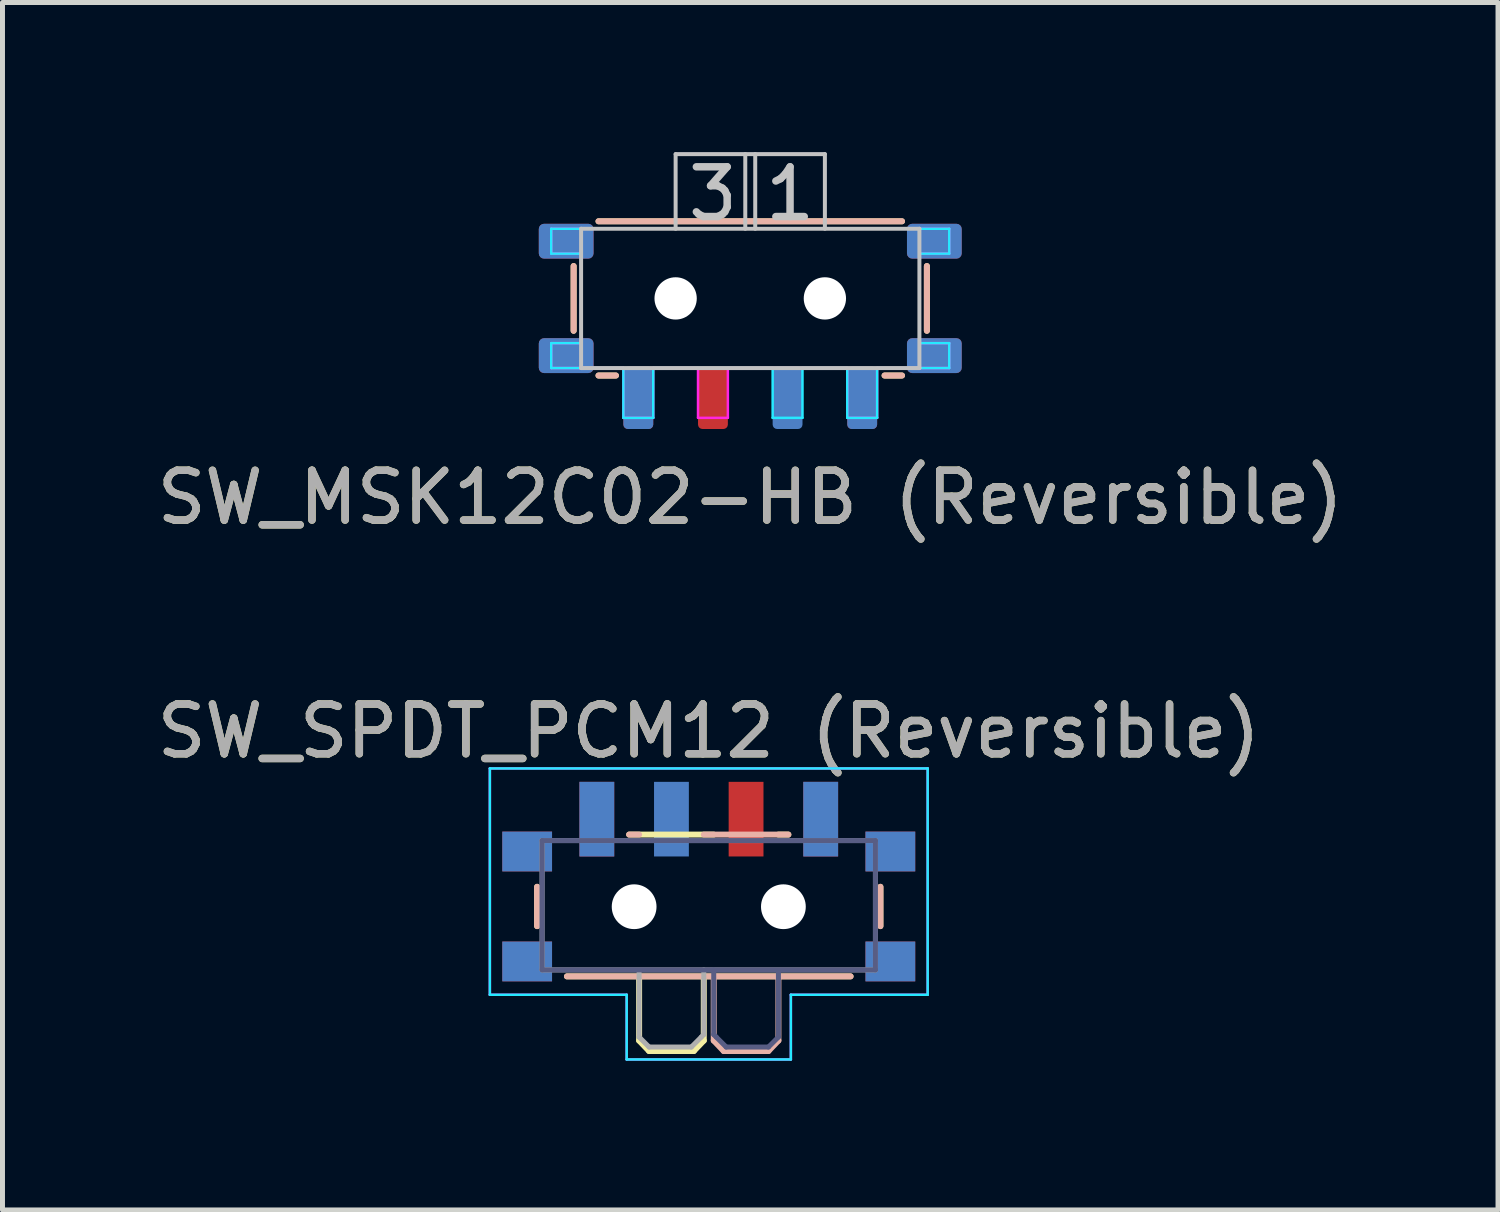
<source format=kicad_pcb>
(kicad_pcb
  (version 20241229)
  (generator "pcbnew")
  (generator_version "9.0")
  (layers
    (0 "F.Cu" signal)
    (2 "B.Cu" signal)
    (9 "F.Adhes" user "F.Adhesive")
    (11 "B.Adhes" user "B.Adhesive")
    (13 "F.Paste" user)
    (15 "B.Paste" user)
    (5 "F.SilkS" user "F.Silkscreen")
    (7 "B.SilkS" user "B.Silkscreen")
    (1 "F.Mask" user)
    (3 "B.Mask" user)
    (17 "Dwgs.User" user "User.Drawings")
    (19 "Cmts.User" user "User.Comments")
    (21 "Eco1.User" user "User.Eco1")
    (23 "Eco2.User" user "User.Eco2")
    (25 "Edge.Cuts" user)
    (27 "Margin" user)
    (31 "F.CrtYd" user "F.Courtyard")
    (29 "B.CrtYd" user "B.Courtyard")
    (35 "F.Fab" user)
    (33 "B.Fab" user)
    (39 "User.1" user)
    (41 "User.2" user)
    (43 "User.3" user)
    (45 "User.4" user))
  (footprint "SW_MSK12C02-HB (Reversible)"
    (layer "F.Cu")
    (at 12.03 2.948)
    (property "Reference" "SW_MSK12C02-HB (Reversible)" (at 0 4 0) (unlocked yes) (layer "F.SilkS") (effects (font (size 1 1) (thickness 0.15))))
    (attr smd)
    (fp_line (start -3.55 -0.65) (end -3.55 0.65) (stroke (width 0.12) (type solid)) (layer "F.SilkS"))
    (fp_line (start -3.05 -1.55) (end 3.05 -1.55) (stroke (width 0.12) (type solid)) (layer "F.SilkS"))
    (fp_line (start -2.7 1.55) (end -3.05 1.55) (stroke (width 0.12) (type solid)) (layer "F.SilkS"))
    (fp_line (start 3.05 1.55) (end 2.7 1.55) (stroke (width 0.12) (type solid)) (layer "F.SilkS"))
    (fp_line (start 3.55 0.65) (end 3.55 -0.65) (stroke (width 0.12) (type solid)) (layer "F.SilkS"))
    (fp_line (start -3.55 0.65) (end -3.55 -0.65) (stroke (width 0.12) (type solid)) (layer "B.SilkS"))
    (fp_line (start -3.05 1.55) (end -2.7 1.55) (stroke (width 0.12) (type solid)) (layer "B.SilkS"))
    (fp_line (start 2.7 1.55) (end 3.05 1.55) (stroke (width 0.12) (type solid)) (layer "B.SilkS"))
    (fp_line (start 3.05 -1.55) (end -3.05 -1.55) (stroke (width 0.12) (type solid)) (layer "B.SilkS"))
    (fp_line (start 3.55 -0.65) (end 3.55 0.65) (stroke (width 0.12) (type solid)) (layer "B.SilkS"))
    (fp_line (start -3.4 -1.4) (end -3.4 1.4) (stroke (width 0.08) (type solid)) (layer "Dwgs.User"))
    (fp_line (start -3.4 1.4) (end 3.4 1.4) (stroke (width 0.08) (type solid)) (layer "Dwgs.User"))
    (fp_line (start -1.5 -2.9) (end -1.5 -1.4) (stroke (width 0.08) (type solid)) (layer "Dwgs.User"))
    (fp_line (start -1.5 -2.9) (end 1.5 -2.9) (stroke (width 0.08) (type solid)) (layer "Dwgs.User"))
    (fp_line (start -0.1 -1.4) (end -0.1 -2.9) (stroke (width 0.08) (type solid)) (layer "Dwgs.User"))
    (fp_line (start 0.1 -1.4) (end 0.1 -2.9) (stroke (width 0.08) (type solid)) (layer "Dwgs.User"))
    (fp_line (start 1.5 -2.9) (end 1.5 -1.4) (stroke (width 0.08) (type solid)) (layer "Dwgs.User"))
    (fp_line (start 3.4 -1.4) (end -3.4 -1.4) (stroke (width 0.08) (type solid)) (layer "Dwgs.User"))
    (fp_line (start 3.4 1.4) (end 3.4 -1.4) (stroke (width 0.08) (type solid)) (layer "Dwgs.User"))
    (fp_line (start -4 -0.9) (end -4 -1.4) (stroke (width 0.05) (type solid)) (layer "B.CrtYd"))
    (fp_line (start -4 0.9) (end -3.4 0.9) (stroke (width 0.05) (type solid)) (layer "B.CrtYd"))
    (fp_line (start -4 1.4) (end -4 0.9) (stroke (width 0.05) (type solid)) (layer "B.CrtYd"))
    (fp_line (start -3.4 -0.9) (end -4 -0.9) (stroke (width 0.05) (type solid)) (layer "B.CrtYd"))
    (fp_line (start -3.4 0.9) (end -3.4 -0.9) (stroke (width 0.05) (type solid)) (layer "B.CrtYd"))
    (fp_line (start -2.55 1.4) (end -4 1.4) (stroke (width 0.05) (type solid)) (layer "B.CrtYd"))
    (fp_line (start -2.55 2.4) (end -2.55 1.4) (stroke (width 0.05) (type solid)) (layer "B.CrtYd"))
    (fp_line (start -1.95 2.4) (end -2.55 2.4) (stroke (width 0.05) (type solid)) (layer "B.CrtYd"))
    (fp_line (start -1.95 2.4) (end -1.95 1.4) (stroke (width 0.05) (type solid)) (layer "B.CrtYd"))
    (fp_line (start -1.5 -2.9) (end -1.5 -1.4) (stroke (width 0.05) (type solid)) (layer "B.CrtYd"))
    (fp_line (start -1.5 -1.4) (end -4 -1.4) (stroke (width 0.05) (type solid)) (layer "B.CrtYd"))
    (fp_line (start 0.45 1.4) (end -1.95 1.4) (stroke (width 0.05) (type solid)) (layer "B.CrtYd"))
    (fp_line (start 0.45 2.4) (end 0.45 1.4) (stroke (width 0.05) (type solid)) (layer "B.CrtYd"))
    (fp_line (start 1.05 2.4) (end 0.45 2.4) (stroke (width 0.05) (type solid)) (layer "B.CrtYd"))
    (fp_line (start 1.05 2.4) (end 1.05 1.4) (stroke (width 0.05) (type solid)) (layer "B.CrtYd"))
    (fp_line (start 1.5 -2.9) (end -1.5 -2.9) (stroke (width 0.05) (type solid)) (layer "B.CrtYd"))
    (fp_line (start 1.5 -1.4) (end 1.5 -2.9) (stroke (width 0.05) (type solid)) (layer "B.CrtYd"))
    (fp_line (start 1.95 1.4) (end 1.05 1.4) (stroke (width 0.05) (type solid)) (layer "B.CrtYd"))
    (fp_line (start 1.95 2.4) (end 1.95 1.4) (stroke (width 0.05) (type solid)) (layer "B.CrtYd"))
    (fp_line (start 2.55 1.4) (end 4 1.4) (stroke (width 0.05) (type solid)) (layer "B.CrtYd"))
    (fp_line (start 2.55 2.4) (end 1.95 2.4) (stroke (width 0.05) (type solid)) (layer "B.CrtYd"))
    (fp_line (start 2.55 2.4) (end 2.55 1.4) (stroke (width 0.05) (type solid)) (layer "B.CrtYd"))
    (fp_line (start 3.4 0.9) (end 3.4 -0.9) (stroke (width 0.05) (type solid)) (layer "B.CrtYd"))
    (fp_line (start 3.4 0.9) (end 4 0.9) (stroke (width 0.05) (type solid)) (layer "B.CrtYd"))
    (fp_line (start 4 -1.4) (end 1.5 -1.4) (stroke (width 0.05) (type solid)) (layer "B.CrtYd"))
    (fp_line (start 4 -1.4) (end 4 -0.9) (stroke (width 0.05) (type solid)) (layer "B.CrtYd"))
    (fp_line (start 4 -0.9) (end 3.4 -0.9) (stroke (width 0.05) (type solid)) (layer "B.CrtYd"))
    (fp_line (start 4 0.9) (end 4 1.4) (stroke (width 0.05) (type solid)) (layer "B.CrtYd"))
    (fp_line (start -4 -1.4) (end -4 -0.9) (stroke (width 0.05) (type solid)) (layer "F.CrtYd"))
    (fp_line (start -4 -1.4) (end -1.5 -1.4) (stroke (width 0.05) (type solid)) (layer "F.CrtYd"))
    (fp_line (start -4 -0.9) (end -3.4 -0.9) (stroke (width 0.05) (type solid)) (layer "F.CrtYd"))
    (fp_line (start -4 0.9) (end -4 1.4) (stroke (width 0.05) (type solid)) (layer "F.CrtYd"))
    (fp_line (start -3.4 0.9) (end -4 0.9) (stroke (width 0.05) (type solid)) (layer "F.CrtYd"))
    (fp_line (start -3.4 0.9) (end -3.4 -0.9) (stroke (width 0.05) (type solid)) (layer "F.CrtYd"))
    (fp_line (start -2.55 1.4) (end -4 1.4) (stroke (width 0.05) (type solid)) (layer "F.CrtYd"))
    (fp_line (start -2.55 2.4) (end -2.55 1.4) (stroke (width 0.05) (type solid)) (layer "F.CrtYd"))
    (fp_line (start -2.55 2.4) (end -1.95 2.4) (stroke (width 0.05) (type solid)) (layer "F.CrtYd"))
    (fp_line (start -1.95 1.4) (end -1.05 1.4) (stroke (width 0.05) (type solid)) (layer "F.CrtYd"))
    (fp_line (start -1.95 2.4) (end -1.95 1.4) (stroke (width 0.05) (type solid)) (layer "F.CrtYd"))
    (fp_line (start -1.5 -1.4) (end -1.5 -2.9) (stroke (width 0.05) (type solid)) (layer "F.CrtYd"))
    (fp_line (start -1.05 2.4) (end -1.05 1.4) (stroke (width 0.05) (type solid)) (layer "F.CrtYd"))
    (fp_line (start -1.05 2.4) (end -0.45 2.4) (stroke (width 0.05) (type solid)) (layer "F.CrtYd"))
    (fp_line (start -0.45 1.4) (end 1.95 1.4) (stroke (width 0.05) (type solid)) (layer "F.CrtYd"))
    (fp_line (start -0.45 2.4) (end -0.45 1.4) (stroke (width 0.05) (type solid)) (layer "F.CrtYd"))
    (fp_line (start 1.5 -2.9) (end -1.5 -2.9) (stroke (width 0.05) (type solid)) (layer "F.CrtYd"))
    (fp_line (start 1.5 -2.9) (end 1.5 -1.4) (stroke (width 0.05) (type solid)) (layer "F.CrtYd"))
    (fp_line (start 1.5 -1.4) (end 4 -1.4) (stroke (width 0.05) (type solid)) (layer "F.CrtYd"))
    (fp_line (start 1.95 2.4) (end 1.95 1.4) (stroke (width 0.05) (type solid)) (layer "F.CrtYd"))
    (fp_line (start 1.95 2.4) (end 2.55 2.4) (stroke (width 0.05) (type solid)) (layer "F.CrtYd"))
    (fp_line (start 2.55 1.4) (end 4 1.4) (stroke (width 0.05) (type solid)) (layer "F.CrtYd"))
    (fp_line (start 2.55 2.4) (end 2.55 1.4) (stroke (width 0.05) (type solid)) (layer "F.CrtYd"))
    (fp_line (start 3.4 -0.9) (end 4 -0.9) (stroke (width 0.05) (type solid)) (layer "F.CrtYd"))
    (fp_line (start 3.4 0.9) (end 3.4 -0.9) (stroke (width 0.05) (type solid)) (layer "F.CrtYd"))
    (fp_line (start 4 -0.9) (end 4 -1.4) (stroke (width 0.05) (type solid)) (layer "F.CrtYd"))
    (fp_line (start 4 0.9) (end 3.4 0.9) (stroke (width 0.05) (type solid)) (layer "F.CrtYd"))
    (fp_line (start 4 1.4) (end 4 0.9) (stroke (width 0.05) (type solid)) (layer "F.CrtYd"))
    (fp_text user "1" (at 0.8 -2.1 0) (unlocked yes) (layer "Dwgs.User") (effects (font (size 1 1) (thickness 0.15))))
    (fp_text user "3" (at -0.75 -2.1 0) (unlocked yes) (layer "Dwgs.User") (effects (font (size 1 1) (thickness 0.15))))
    (fp_text user "${REFERENCE}" (at 0 4 0) (unlocked yes) (layer "F.Fab") (effects (font (size 1 1) (thickness 0.15))))
    (pad "" np_thru_hole circle (at -1.5 0 180) (size 0.85 0.85) (drill 0.85) (layers "*.Cu" "*.Mask"))
    (pad "" np_thru_hole circle (at 1.5 0 180) (size 0.85 0.85) (drill 0.85) (layers "*.Cu" "*.Mask"))
    (pad "1" smd roundrect (at -2.25 2 180) (size 0.6 1.25) (layers "B.Cu" "B.Mask" "B.Paste") (roundrect_rratio 0.15))
    (pad "1" smd roundrect (at 2.25 2 180) (size 0.6 1.25) (layers "F.Cu" "F.Mask" "F.Paste") (roundrect_rratio 0.15))
    (pad "2" smd roundrect (at -0.75 2 180) (size 0.6 1.25) (layers "F.Cu" "F.Mask" "F.Paste") (roundrect_rratio 0.15))
    (pad "2" smd roundrect (at 0.75 2 180) (size 0.6 1.25) (layers "B.Cu" "B.Mask" "B.Paste") (roundrect_rratio 0.15))
    (pad "3" smd roundrect (at -2.25 2 180) (size 0.6 1.25) (layers "F.Cu" "F.Mask" "F.Paste") (roundrect_rratio 0.15))
    (pad "3" smd roundrect (at 2.25 2 180) (size 0.6 1.25) (layers "B.Cu" "B.Mask" "B.Paste") (roundrect_rratio 0.15))
    (pad "MP" smd roundrect (at -3.7 -1.15 270) (size 0.7 1.1) (layers "F.Cu" "F.Mask" "F.Paste") (roundrect_rratio 0.15))
    (pad "MP" smd roundrect (at -3.7 -1.15 90) (size 0.7 1.1) (layers "B.Cu" "B.Mask" "B.Paste") (roundrect_rratio 0.15))
    (pad "MP" smd roundrect (at -3.7 1.15 270) (size 0.7 1.1) (layers "F.Cu" "F.Mask" "F.Paste") (roundrect_rratio 0.15))
    (pad "MP" smd roundrect (at -3.7 1.15 90) (size 0.7 1.1) (layers "B.Cu" "B.Mask" "B.Paste") (roundrect_rratio 0.15))
    (pad "MP" smd roundrect (at 3.7 -1.15 270) (size 0.7 1.1) (layers "F.Cu" "F.Mask" "F.Paste") (roundrect_rratio 0.15))
    (pad "MP" smd roundrect (at 3.7 -1.15 90) (size 0.7 1.1) (layers "B.Cu" "B.Mask" "B.Paste") (roundrect_rratio 0.15))
    (pad "MP" smd roundrect (at 3.7 1.15 270) (size 0.7 1.1) (layers "F.Cu" "F.Mask" "F.Paste") (roundrect_rratio 0.15))
    (pad "MP" smd roundrect (at 3.7 1.15 90) (size 0.7 1.1) (layers "B.Cu" "B.Mask" "B.Paste") (roundrect_rratio 0.15)))
  (footprint "SW_SPDT_PCM12 (Reversible)"
    (layer "F.Cu")
    (at 11.196 14.845)
    (property "Reference" "SW_SPDT_PCM12 (Reversible)" (at 0 -3.2 0) (layer "F.SilkS") (effects (font (size 1 1) (thickness 0.15))))
    (attr smd)
    (fp_line (start -3.45 -0.07) (end -3.45 0.72) (stroke (width 0.12) (type solid)) (layer "F.SilkS"))
    (fp_line (start -2.85 1.73) (end 2.85 1.73) (stroke (width 0.12) (type solid)) (layer "F.SilkS"))
    (fp_line (start -1.6 -1.12) (end 0.1 -1.12) (stroke (width 0.12) (type solid)) (layer "F.SilkS"))
    (fp_line (start -1.4 1.73) (end -1.4 3.02) (stroke (width 0.12) (type solid)) (layer "F.SilkS"))
    (fp_line (start -1.4 3.02) (end -1.2 3.23) (stroke (width 0.12) (type solid)) (layer "F.SilkS"))
    (fp_line (start -1.2 3.23) (end -0.3 3.23) (stroke (width 0.12) (type solid)) (layer "F.SilkS"))
    (fp_line (start -0.1 3.02) (end -0.3 3.23) (stroke (width 0.12) (type solid)) (layer "F.SilkS"))
    (fp_line (start -0.1 3.02) (end -0.1 1.73) (stroke (width 0.12) (type solid)) (layer "F.SilkS"))
    (fp_line (start 1.4 -1.12) (end 1.6 -1.12) (stroke (width 0.12) (type solid)) (layer "F.SilkS"))
    (fp_line (start 3.45 0.72) (end 3.45 -0.07) (stroke (width 0.12) (type solid)) (layer "F.SilkS"))
    (fp_line (start -3.45 0.72) (end -3.45 -0.07) (stroke (width 0.12) (type solid)) (layer "B.SilkS"))
    (fp_line (start -1.4 -1.12) (end -1.6 -1.12) (stroke (width 0.12) (type solid)) (layer "B.SilkS"))
    (fp_line (start 0.1 3.02) (end 0.1 1.73) (stroke (width 0.12) (type solid)) (layer "B.SilkS"))
    (fp_line (start 0.1 3.02) (end 0.3 3.23) (stroke (width 0.12) (type solid)) (layer "B.SilkS"))
    (fp_line (start 1.2 3.23) (end 0.3 3.23) (stroke (width 0.12) (type solid)) (layer "B.SilkS"))
    (fp_line (start 1.4 1.73) (end 1.4 3.02) (stroke (width 0.12) (type solid)) (layer "B.SilkS"))
    (fp_line (start 1.4 3.02) (end 1.2 3.23) (stroke (width 0.12) (type solid)) (layer "B.SilkS"))
    (fp_line (start 1.6 -1.12) (end -0.1 -1.12) (stroke (width 0.12) (type solid)) (layer "B.SilkS"))
    (fp_line (start 2.85 1.73) (end -2.85 1.73) (stroke (width 0.12) (type solid)) (layer "B.SilkS"))
    (fp_line (start 3.45 -0.07) (end 3.45 0.72) (stroke (width 0.12) (type solid)) (layer "B.SilkS"))
    (fp_line (start -4.4 -2.45) (end -4.4 2.1) (stroke (width 0.05) (type solid)) (layer "B.CrtYd"))
    (fp_line (start -4.4 2.1) (end -1.65 2.1) (stroke (width 0.05) (type solid)) (layer "B.CrtYd"))
    (fp_line (start -1.65 2.1) (end -1.65 3.4) (stroke (width 0.05) (type solid)) (layer "B.CrtYd"))
    (fp_line (start -1.65 3.4) (end 1.65 3.4) (stroke (width 0.05) (type solid)) (layer "B.CrtYd"))
    (fp_line (start 1.65 2.1) (end 4.4 2.1) (stroke (width 0.05) (type solid)) (layer "B.CrtYd"))
    (fp_line (start 1.65 3.4) (end 1.65 2.1) (stroke (width 0.05) (type solid)) (layer "B.CrtYd"))
    (fp_line (start 4.4 -2.45) (end -4.4 -2.45) (stroke (width 0.05) (type solid)) (layer "B.CrtYd"))
    (fp_line (start 4.4 2.1) (end 4.4 -2.45) (stroke (width 0.05) (type solid)) (layer "B.CrtYd"))
    (fp_line (start -4.4 -2.45) (end 4.4 -2.45) (stroke (width 0.05) (type solid)) (layer "F.CrtYd"))
    (fp_line (start -4.4 2.1) (end -4.4 -2.45) (stroke (width 0.05) (type solid)) (layer "F.CrtYd"))
    (fp_line (start -1.65 2.1) (end -4.4 2.1) (stroke (width 0.05) (type solid)) (layer "F.CrtYd"))
    (fp_line (start -1.65 3.4) (end -1.65 2.1) (stroke (width 0.05) (type solid)) (layer "F.CrtYd"))
    (fp_line (start 1.65 2.1) (end 1.65 3.4) (stroke (width 0.05) (type solid)) (layer "F.CrtYd"))
    (fp_line (start 1.65 3.4) (end -1.65 3.4) (stroke (width 0.05) (type solid)) (layer "F.CrtYd"))
    (fp_line (start 4.4 -2.45) (end 4.4 2.1) (stroke (width 0.05) (type solid)) (layer "F.CrtYd"))
    (fp_line (start 4.4 2.1) (end 1.65 2.1) (stroke (width 0.05) (type solid)) (layer "F.CrtYd"))
    (fp_line (start -3.35 -1) (end 3.35 -1) (stroke (width 0.1) (type solid)) (layer "B.Fab"))
    (fp_line (start -3.35 1.6) (end -3.35 -1) (stroke (width 0.1) (type solid)) (layer "B.Fab"))
    (fp_line (start 0.1 2.9) (end 0.1 1.6) (stroke (width 0.1) (type solid)) (layer "B.Fab"))
    (fp_line (start 0.15 2.95) (end 0.1 2.9) (stroke (width 0.1) (type solid)) (layer "B.Fab"))
    (fp_line (start 0.35 3.15) (end 0.15 2.95) (stroke (width 0.1) (type solid)) (layer "B.Fab"))
    (fp_line (start 1.2 3.15) (end 0.35 3.15) (stroke (width 0.1) (type solid)) (layer "B.Fab"))
    (fp_line (start 1.4 1.65) (end 1.4 2.95) (stroke (width 0.1) (type solid)) (layer "B.Fab"))
    (fp_line (start 1.4 2.95) (end 1.2 3.15) (stroke (width 0.1) (type solid)) (layer "B.Fab"))
    (fp_line (start 3.35 -1) (end 3.35 1.6) (stroke (width 0.1) (type solid)) (layer "B.Fab"))
    (fp_line (start 3.35 1.6) (end -3.35 1.6) (stroke (width 0.1) (type solid)) (layer "B.Fab"))
    (fp_line (start -3.35 -1) (end -3.35 1.6) (stroke (width 0.1) (type solid)) (layer "F.Fab"))
    (fp_line (start -3.35 1.6) (end 3.35 1.6) (stroke (width 0.1) (type solid)) (layer "F.Fab"))
    (fp_line (start -1.4 1.65) (end -1.4 2.95) (stroke (width 0.1) (type solid)) (layer "F.Fab"))
    (fp_line (start -1.4 2.95) (end -1.2 3.15) (stroke (width 0.1) (type solid)) (layer "F.Fab"))
    (fp_line (start -1.2 3.15) (end -0.35 3.15) (stroke (width 0.1) (type solid)) (layer "F.Fab"))
    (fp_line (start -0.35 3.15) (end -0.15 2.95) (stroke (width 0.1) (type solid)) (layer "F.Fab"))
    (fp_line (start -0.15 2.95) (end -0.1 2.9) (stroke (width 0.1) (type solid)) (layer "F.Fab"))
    (fp_line (start -0.1 2.9) (end -0.1 1.6) (stroke (width 0.1) (type solid)) (layer "F.Fab"))
    (fp_line (start 3.35 -1) (end -3.35 -1) (stroke (width 0.1) (type solid)) (layer "F.Fab"))
    (fp_line (start 3.35 1.6) (end 3.35 -1) (stroke (width 0.1) (type solid)) (layer "F.Fab"))
    (fp_text user "${REFERENCE}" (at 0 -3.2 0) (layer "F.Fab") (effects (font (size 1 1) (thickness 0.15))))
    (pad "" smd rect (at -3.65 -0.78) (size 1 0.8) (layers "F.Cu" "F.Mask" "F.Paste"))
    (pad "" smd rect (at -3.65 -0.78) (size 1 0.8) (layers "B.Cu" "B.Mask" "B.Paste"))
    (pad "" smd rect (at -3.65 1.43) (size 1 0.8) (layers "F.Cu" "F.Mask" "F.Paste"))
    (pad "" smd rect (at -3.65 1.43) (size 1 0.8) (layers "B.Cu" "B.Mask" "B.Paste"))
    (pad "" np_thru_hole circle (at -1.5 0.33) (size 0.9 0.9) (drill 0.9) (layers "*.Cu" "*.Mask"))
    (pad "" np_thru_hole circle (at 1.5 0.33) (size 0.9 0.9) (drill 0.9) (layers "*.Cu" "*.Mask"))
    (pad "" smd rect (at 3.65 -0.78) (size 1 0.8) (layers "F.Cu" "F.Mask" "F.Paste"))
    (pad "" smd rect (at 3.65 -0.78) (size 1 0.8) (layers "B.Cu" "B.Mask" "B.Paste"))
    (pad "" smd rect (at 3.65 1.43) (size 1 0.8) (layers "F.Cu" "F.Mask" "F.Paste"))
    (pad "" smd rect (at 3.65 1.43) (size 1 0.8) (layers "B.Cu" "B.Mask" "B.Paste"))
    (pad "1" smd rect (at -2.25 -1.43) (size 0.7 1.5) (layers "F.Cu" "F.Mask" "F.Paste"))
    (pad "1" smd rect (at 2.25 -1.43) (size 0.7 1.5) (layers "B.Cu" "B.Mask" "B.Paste"))
    (pad "2" smd rect (at -0.75 -1.43) (size 0.7 1.5) (layers "B.Cu" "B.Mask" "B.Paste"))
    (pad "2" smd rect (at 0.75 -1.43) (size 0.7 1.5) (layers "F.Cu" "F.Mask" "F.Paste"))
    (pad "3" smd rect (at -2.25 -1.43) (size 0.7 1.5) (layers "B.Cu" "B.Mask" "B.Paste"))
    (pad "3" smd rect (at 2.25 -1.43) (size 0.7 1.5) (layers "F.Cu" "F.Mask" "F.Paste")))
  (gr_rect
    (start -3 -3)
    (end 27.06 21.27)
    (stroke (width 0.1) (type default))
    (fill no)
    (layer "Edge.Cuts")))
</source>
